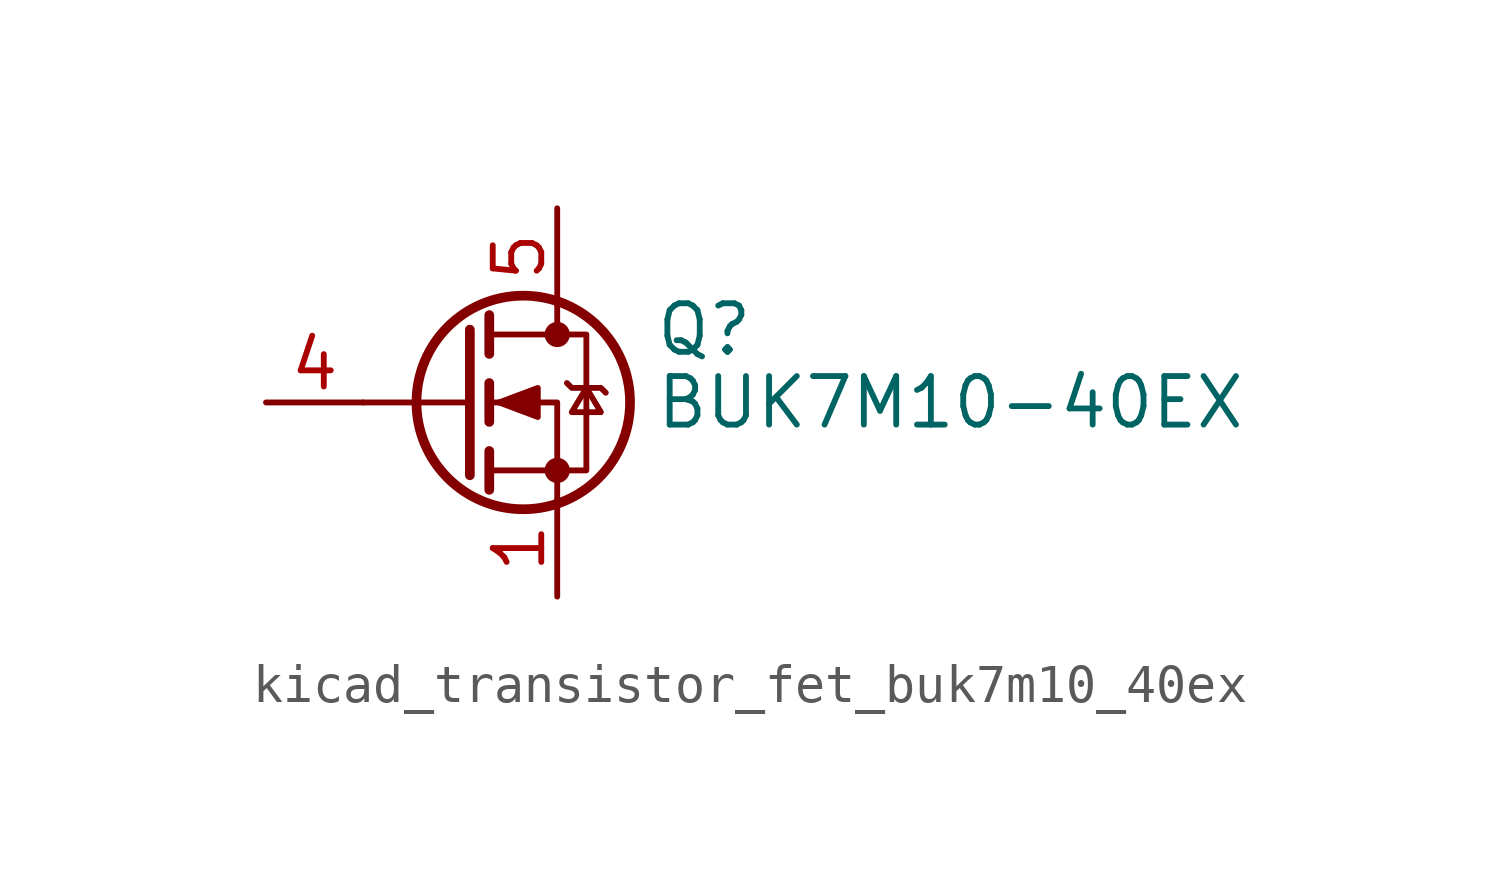
<source format=kicad_sym>
(kicad_symbol_lib
  (version 20220914)
  (generator kicad_symbol_editor)
  (symbol "kicad_transistor_fet_buk7m10_40ex"
    (pin_names hide)
    (property "Reference" "Q"
      (at 5.08 1.905 0)
      (effects (font (size 1.27 1.27)) (justify left)))
    (property "Value" "BUK7M10-40EX"
      (at 5.08 0 0)
      (effects (font (size 1.27 1.27)) (justify left)))
    (symbol "kicad_transistor_fet_buk7m10_40ex_0_1"
      (polyline (pts (xy 0.254 0) (xy -2.54 0)) (stroke (width 0) (type default)) (fill (type none)))
      (polyline (pts (xy 0.254 1.905) (xy 0.254 -1.905)) (stroke (width 0.254) (type default)) (fill (type none)))
      (polyline (pts (xy 0.762 -1.27) (xy 0.762 -2.286)) (stroke (width 0.254) (type default)) (fill (type none)))
      (polyline (pts (xy 0.762 0.508) (xy 0.762 -0.508)) (stroke (width 0.254) (type default)) (fill (type none)))
      (polyline (pts (xy 0.762 2.286) (xy 0.762 1.27)) (stroke (width 0.254) (type default)) (fill (type none)))
      (polyline (pts (xy 2.54 2.54) (xy 2.54 1.778)) (stroke (width 0) (type default)) (fill (type none)))
      (polyline (pts (xy 2.54 -2.54) (xy 2.54 0) (xy 0.762 0)) (stroke (width 0) (type default)) (fill (type none)))
      (polyline (pts (xy 0.762 -1.778) (xy 3.302 -1.778) (xy 3.302 1.778) (xy 0.762 1.778)) (stroke (width 0) (type default)) (fill (type none)))
      (polyline (pts (xy 1.016 0) (xy 2.032 0.381) (xy 2.032 -0.381) (xy 1.016 0)) (stroke (width 0) (type default)) (fill (type outline)))
      (polyline (pts (xy 2.794 0.508) (xy 2.921 0.381) (xy 3.683 0.381) (xy 3.81 0.254)) (stroke (width 0) (type default)) (fill (type none)))
      (polyline (pts (xy 3.302 0.381) (xy 2.921 -0.254) (xy 3.683 -0.254) (xy 3.302 0.381)) (stroke (width 0) (type default)) (fill (type none)))
      (circle (center 1.651 0) (radius 2.794) (stroke (width 0.254) (type default)) (fill (type none)))
      (circle (center 2.54 -1.778) (radius 0.254) (stroke (width 0) (type default)) (fill (type outline)))
      (circle (center 2.54 1.778) (radius 0.254) (stroke (width 0) (type default)) (fill (type outline))))
    (symbol "kicad_transistor_fet_buk7m10_40ex_1_1"
      (pin passive line (at 2.54 -5.08 90) (length 2.54) (name "S" (effects (font (size 1.27 1.27)))) (number "1" (effects (font (size 1.27 1.27)))))
      (pin passive line (at 2.54 -5.08 90) (length 2.54) hide (name "S" (effects (font (size 1.27 1.27)))) (number "2" (effects (font (size 1.27 1.27)))))
      (pin passive line (at 2.54 -5.08 90) (length 2.54) hide (name "S" (effects (font (size 1.27 1.27)))) (number "3" (effects (font (size 1.27 1.27)))))
      (pin passive line (at -5.08 0 0) (length 2.54) (name "G" (effects (font (size 1.27 1.27)))) (number "4" (effects (font (size 1.27 1.27)))))
      (pin passive line (at 2.54 5.08 270) (length 2.54) (name "D" (effects (font (size 1.27 1.27)))) (number "5" (effects (font (size 1.27 1.27))))))))
</source>
